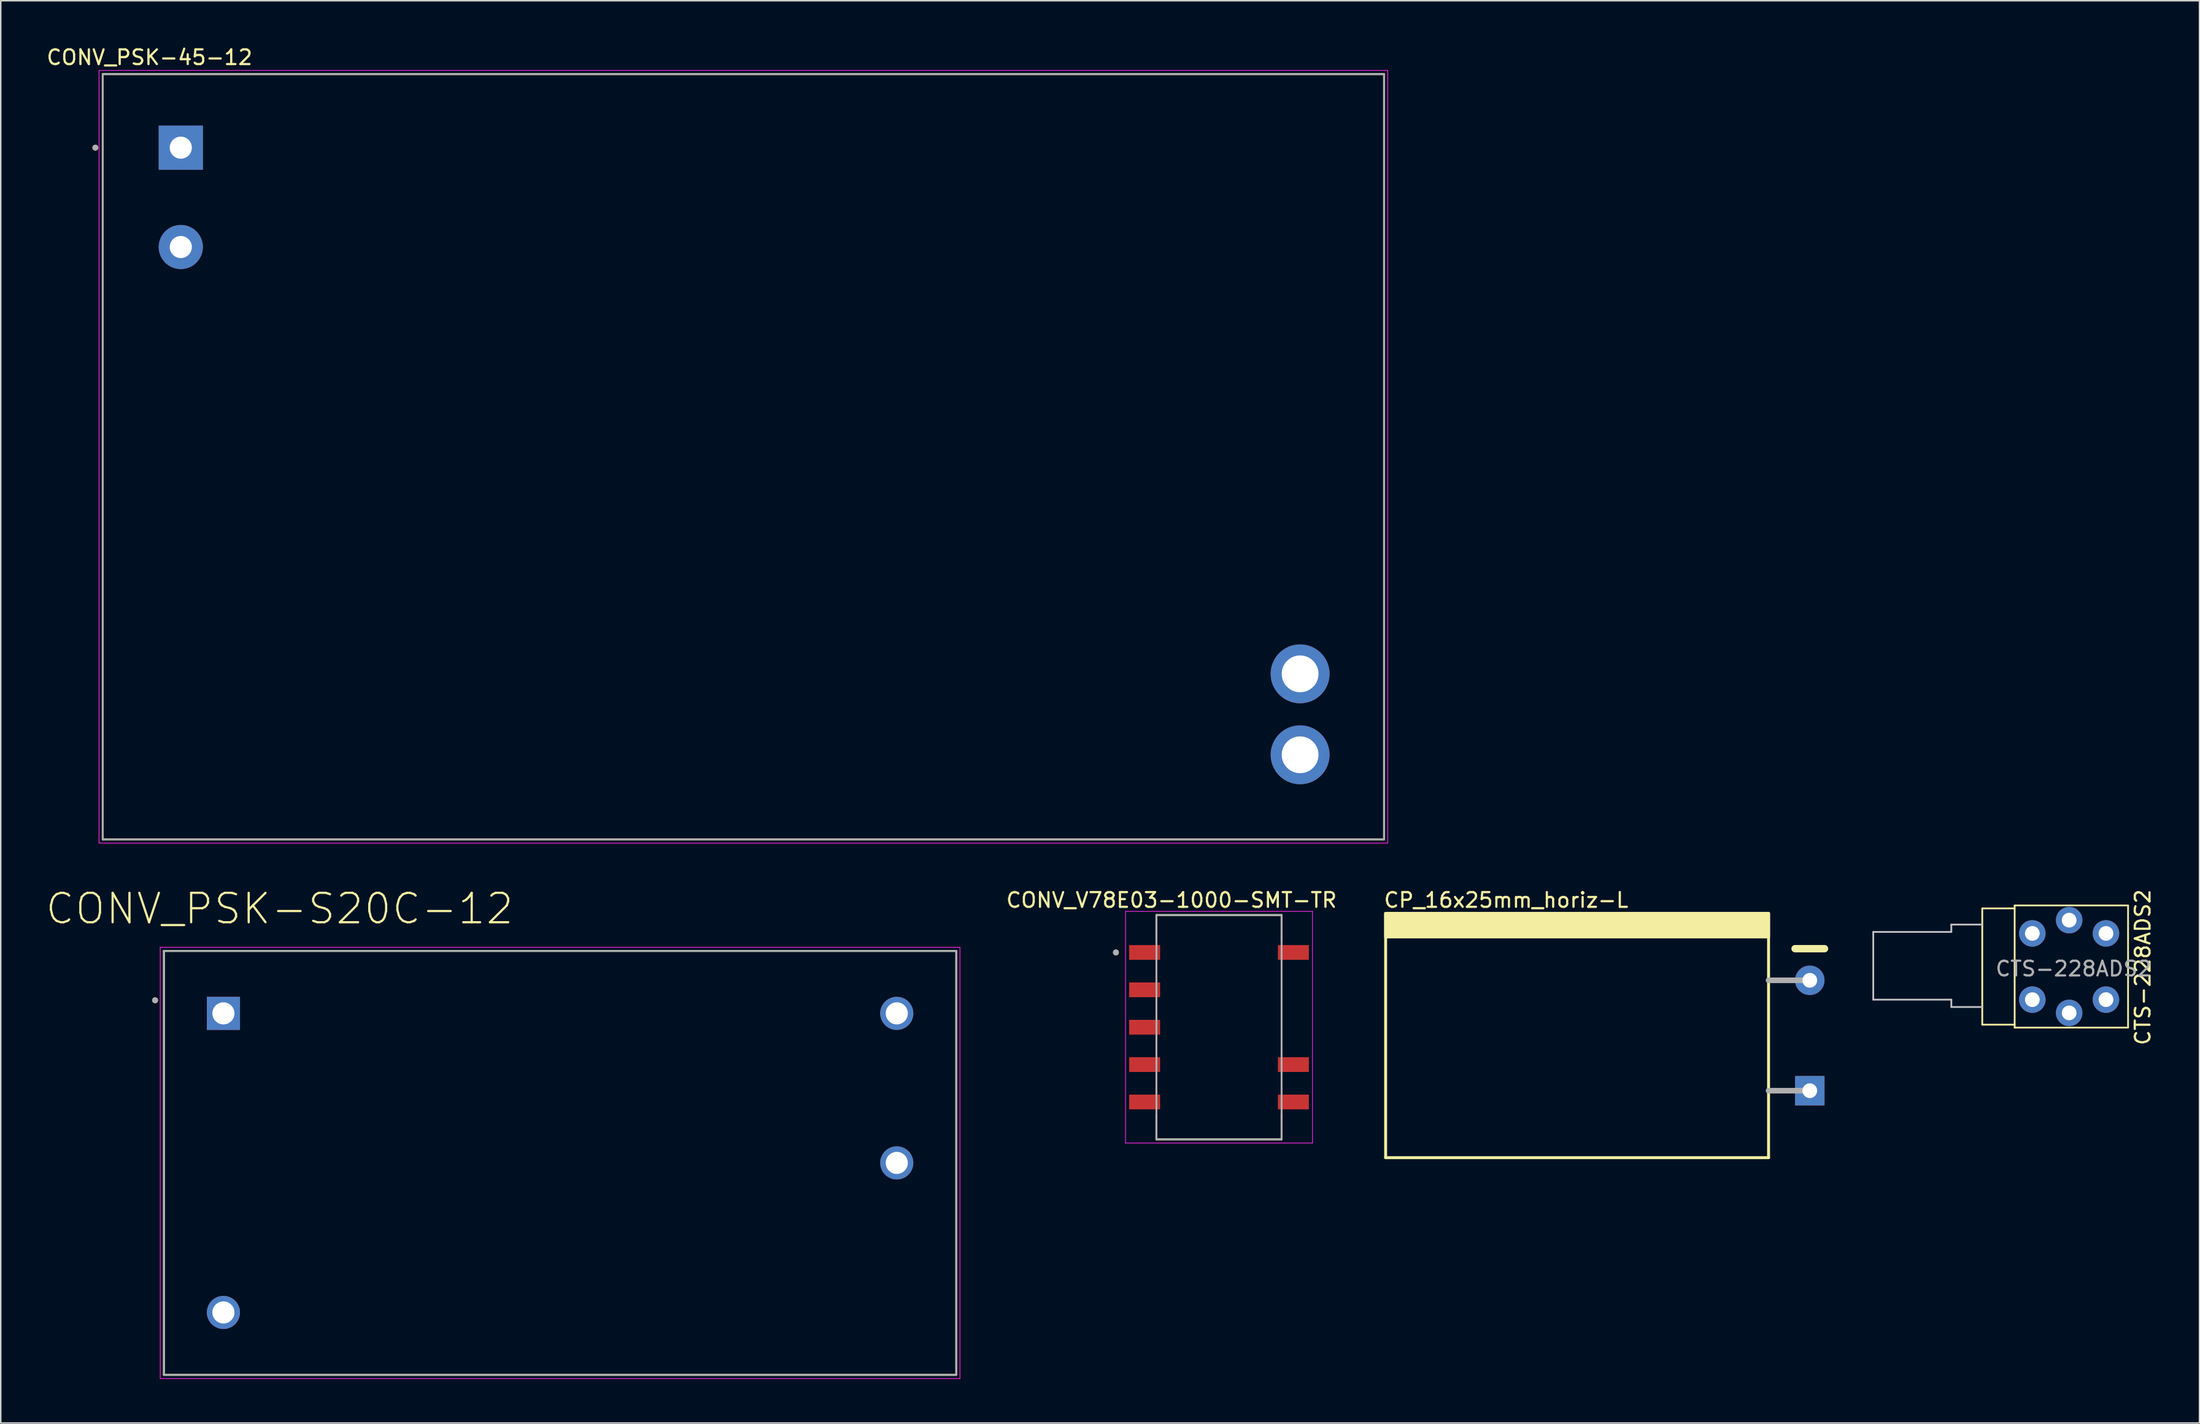
<source format=kicad_pcb>
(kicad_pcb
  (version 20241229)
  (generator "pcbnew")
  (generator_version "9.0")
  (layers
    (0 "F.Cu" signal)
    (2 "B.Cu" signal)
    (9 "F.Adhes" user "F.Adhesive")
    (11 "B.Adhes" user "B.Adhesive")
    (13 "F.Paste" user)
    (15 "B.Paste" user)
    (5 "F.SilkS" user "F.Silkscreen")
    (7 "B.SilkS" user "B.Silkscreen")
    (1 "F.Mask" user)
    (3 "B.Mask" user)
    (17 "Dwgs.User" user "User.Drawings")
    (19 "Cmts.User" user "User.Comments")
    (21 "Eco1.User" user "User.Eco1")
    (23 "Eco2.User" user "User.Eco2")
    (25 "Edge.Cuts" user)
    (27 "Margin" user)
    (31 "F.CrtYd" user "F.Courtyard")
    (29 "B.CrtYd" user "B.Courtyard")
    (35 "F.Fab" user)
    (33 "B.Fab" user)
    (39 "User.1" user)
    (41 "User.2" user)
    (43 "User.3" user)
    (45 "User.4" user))
  (footprint "CP_16x25mm_horiz-L"
    (layer "F.Cu")
    (at 119.833 67.306)
    (property "Reference" "CP_16x25mm_horiz-L" (at -29 -9.2 0) (layer "F.SilkS") (effects (font (size 1 1) (thickness 0.15)) (justify left)))
    (attr through_hole)
    (fp_line (start -28.8 8.3) (end -28.8 -8.3) (stroke (width 0.2) (type solid)) (layer "F.SilkS"))
    (fp_line (start -2.8 -8.3) (end -2.8 8.3) (stroke (width 0.2) (type solid)) (layer "F.SilkS"))
    (fp_line (start -2.8 8.3) (end -28.8 8.3) (stroke (width 0.2) (type solid)) (layer "F.SilkS"))
    (fp_line (start -1 -5.9) (end 1 -5.9) (stroke (width 0.5) (type solid)) (layer "F.SilkS"))
    (fp_poly (pts (xy -2.8 -6.7) (xy -28.8 -6.7) (xy -28.8 -8.3) (xy -2.8 -8.3)) (stroke (width 0.2) (type solid)) (fill yes) (layer "F.SilkS"))
    (fp_line (start -2.8 -3.75) (end 0 -3.75) (stroke (width 0.381) (type solid)) (layer "F.Fab"))
    (fp_line (start -2.8 3.75) (end 0 3.75) (stroke (width 0.381) (type solid)) (layer "F.Fab"))
    (pad "1" thru_hole rect (at 0 3.75) (size 2 2) (drill 1) (layers "*.Cu" "*.Mask"))
    (pad "2" thru_hole circle (at 0 -3.75) (size 2 2) (drill 1) (layers "*.Cu" "*.Mask")))
  (footprint "CTS-228ADS2"
    (layer "F.Cu")
    (at 134.943 60.369)
    (property "Reference" "CTS-228ADS2" (at 7.5 2.3 90) (unlocked yes) (layer "F.SilkS") (effects (font (size 1 1) (thickness 0.15))))
    (attr through_hole)
    (fp_line (start -3.4 -1.7) (end -3.4 6.2) (stroke (width 0.12) (type solid)) (layer "F.SilkS"))
    (fp_line (start -1.2 -1.9) (end 6.5 -1.9) (stroke (width 0.12) (type solid)) (layer "F.SilkS"))
    (fp_line (start -1.2 -1.7) (end -3.4 -1.7) (stroke (width 0.12) (type solid)) (layer "F.SilkS"))
    (fp_line (start -1.2 6.2) (end -3.4 6.2) (stroke (width 0.12) (type solid)) (layer "F.SilkS"))
    (fp_line (start -1.2 6.4) (end -1.2 -1.9) (stroke (width 0.12) (type solid)) (layer "F.SilkS"))
    (fp_line (start -1.2 6.4) (end 6.5 6.4) (stroke (width 0.12) (type solid)) (layer "F.SilkS"))
    (fp_line (start 6.5 6.4) (end 6.5 -1.9) (stroke (width 0.12) (type solid)) (layer "F.SilkS"))
    (fp_line (start -10.8 -0.1) (end -10.8 4.5) (stroke (width 0.12) (type solid)) (layer "Dwgs.User"))
    (fp_line (start -5.5 -0.6) (end -5.5 -0.1) (stroke (width 0.12) (type solid)) (layer "Dwgs.User"))
    (fp_line (start -5.5 -0.1) (end -10.8 -0.1) (stroke (width 0.12) (type solid)) (layer "Dwgs.User"))
    (fp_line (start -5.5 4.5) (end -10.8 4.5) (stroke (width 0.12) (type solid)) (layer "Dwgs.User"))
    (fp_line (start -5.5 4.5) (end -5.5 5) (stroke (width 0.12) (type solid)) (layer "Dwgs.User"))
    (fp_line (start -3.4 -0.6) (end -5.5 -0.6) (stroke (width 0.12) (type solid)) (layer "Dwgs.User"))
    (fp_line (start -3.4 5) (end -5.5 5) (stroke (width 0.12) (type solid)) (layer "Dwgs.User"))
    (fp_text user "${REFERENCE}" (at 2.8 2.4 0) (unlocked yes) (layer "F.Fab") (effects (font (size 1 1) (thickness 0.15))))
    (pad "1" thru_hole circle (at 5 0) (size 1.8 1.8) (drill 1) (layers "*.Cu" "*.Mask"))
    (pad "2" thru_hole circle (at 0 0) (size 1.8 1.8) (drill 1) (layers "*.Cu" "*.Mask"))
    (pad "3" thru_hole circle (at 5 4.5) (size 1.8 1.8) (drill 1) (layers "*.Cu" "*.Mask"))
    (pad "4" thru_hole circle (at 0 4.5) (size 1.8 1.8) (drill 1) (layers "*.Cu" "*.Mask"))
    (pad "L1" thru_hole circle (at 2.5 5.4) (size 1.8 1.8) (drill 1) (layers "*.Cu" "*.Mask"))
    (pad "L2" thru_hole circle (at 2.5 -0.9) (size 1.8 1.8) (drill 1) (layers "*.Cu" "*.Mask")))
  (footprint "CONV_PSK-S20C-12"
    (layer "F.Cu")
    (at 34.98 75.962)
    (property "Reference" "CONV_PSK-S20C-12" (at -19.05 -17.27 0) (layer "F.SilkS") (effects (font (size 2 2) (thickness 0.15))))
    (attr through_hole)
    (fp_line (start -26.9 -14.4) (end 26.9 -14.4) (stroke (width 0.127) (type solid)) (layer "F.SilkS"))
    (fp_line (start -26.9 14.4) (end -26.9 -14.4) (stroke (width 0.127) (type solid)) (layer "F.SilkS"))
    (fp_line (start 26.9 -14.4) (end 26.9 14.4) (stroke (width 0.127) (type solid)) (layer "F.SilkS"))
    (fp_line (start 26.9 14.4) (end -26.9 14.4) (stroke (width 0.127) (type solid)) (layer "F.SilkS"))
    (fp_circle (center -27.5 -11.05) (end -27.4 -11.05) (stroke (width 0.2) (type solid)) (fill no) (layer "F.SilkS"))
    (fp_line (start -27.15 -14.65) (end 27.15 -14.65) (stroke (width 0.05) (type solid)) (layer "F.CrtYd"))
    (fp_line (start -27.15 14.65) (end -27.15 -14.65) (stroke (width 0.05) (type solid)) (layer "F.CrtYd"))
    (fp_line (start 27.15 -14.65) (end 27.15 14.65) (stroke (width 0.05) (type solid)) (layer "F.CrtYd"))
    (fp_line (start 27.15 14.65) (end -27.15 14.65) (stroke (width 0.05) (type solid)) (layer "F.CrtYd"))
    (fp_line (start -26.9 -14.4) (end 26.9 -14.4) (stroke (width 0.127) (type solid)) (layer "F.Fab"))
    (fp_line (start -26.9 14.4) (end -26.9 -14.4) (stroke (width 0.127) (type solid)) (layer "F.Fab"))
    (fp_line (start 26.9 -14.4) (end 26.9 14.4) (stroke (width 0.127) (type solid)) (layer "F.Fab"))
    (fp_line (start 26.9 14.4) (end -26.9 14.4) (stroke (width 0.127) (type solid)) (layer "F.Fab"))
    (fp_circle (center -27.5 -11.05) (end -27.4 -11.05) (stroke (width 0.2) (type solid)) (fill no) (layer "F.Fab"))
    (pad "1" thru_hole rect (at -22.86 -10.16) (size 2.25 2.25) (drill 1.5) (layers "*.Cu" "*.Mask"))
    (pad "2" thru_hole circle (at -22.86 10.16) (size 2.25 2.25) (drill 1.5) (layers "*.Cu" "*.Mask"))
    (pad "3" thru_hole circle (at 22.86 0) (size 2.25 2.25) (drill 1.5) (layers "*.Cu" "*.Mask"))
    (pad "4" thru_hole circle (at 22.86 -10.16) (size 2.25 2.25) (drill 1.5) (layers "*.Cu" "*.Mask")))
  (footprint "CONV_V78E03-1000-SMT-TR"
    (layer "F.Cu")
    (at 79.719 66.742)
    (property "Reference" "CONV_V78E03-1000-SMT-TR" (at -3.225 -8.635 0) (layer "F.SilkS") (effects (font (size 1 1) (thickness 0.15))))
    (attr smd)
    (fp_line (start -4.25 -7.62) (end 4.25 -7.62) (stroke (width 0.127) (type solid)) (layer "F.SilkS"))
    (fp_line (start -4.25 -5.9) (end -4.25 -7.62) (stroke (width 0.127) (type solid)) (layer "F.SilkS"))
    (fp_line (start -4.25 7.62) (end -4.25 5.9) (stroke (width 0.127) (type solid)) (layer "F.SilkS"))
    (fp_line (start 4.25 -7.62) (end 4.25 -5.9) (stroke (width 0.127) (type solid)) (layer "F.SilkS"))
    (fp_line (start 4.25 5.9) (end 4.25 7.62) (stroke (width 0.127) (type solid)) (layer "F.SilkS"))
    (fp_line (start 4.25 7.62) (end -4.25 7.62) (stroke (width 0.127) (type solid)) (layer "F.SilkS"))
    (fp_circle (center -7 -5.08) (end -6.9 -5.08) (stroke (width 0.2) (type solid)) (fill no) (layer "F.SilkS"))
    (fp_line (start -6.35 -7.87) (end 6.35 -7.87) (stroke (width 0.05) (type solid)) (layer "F.CrtYd"))
    (fp_line (start -6.35 7.87) (end -6.35 -7.87) (stroke (width 0.05) (type solid)) (layer "F.CrtYd"))
    (fp_line (start 6.35 -7.87) (end 6.35 7.87) (stroke (width 0.05) (type solid)) (layer "F.CrtYd"))
    (fp_line (start 6.35 7.87) (end -6.35 7.87) (stroke (width 0.05) (type solid)) (layer "F.CrtYd"))
    (fp_line (start -4.25 -7.62) (end 4.25 -7.62) (stroke (width 0.127) (type solid)) (layer "F.Fab"))
    (fp_line (start -4.25 7.62) (end -4.25 -7.62) (stroke (width 0.127) (type solid)) (layer "F.Fab"))
    (fp_line (start 4.25 -7.62) (end 4.25 7.62) (stroke (width 0.127) (type solid)) (layer "F.Fab"))
    (fp_line (start 4.25 7.62) (end -4.25 7.62) (stroke (width 0.127) (type solid)) (layer "F.Fab"))
    (fp_circle (center -7 -5.08) (end -6.9 -5.08) (stroke (width 0.2) (type solid)) (fill no) (layer "F.Fab"))
    (pad "1" smd rect (at -5.05 -5.08) (size 2.1 1) (layers "F.Cu" "F.Mask" "F.Paste"))
    (pad "2" smd rect (at -5.05 -2.54) (size 2.1 1) (layers "F.Cu" "F.Mask" "F.Paste"))
    (pad "3" smd rect (at -5.05 0) (size 2.1 1) (layers "F.Cu" "F.Mask" "F.Paste"))
    (pad "4" smd rect (at -5.05 2.54) (size 2.1 1) (layers "F.Cu" "F.Mask" "F.Paste"))
    (pad "5" smd rect (at -5.05 5.08) (size 2.1 1) (layers "F.Cu" "F.Mask" "F.Paste"))
    (pad "6" smd rect (at 5.05 5.08 180) (size 2.1 1) (layers "F.Cu" "F.Mask" "F.Paste"))
    (pad "7" smd rect (at 5.05 2.54 180) (size 2.1 1) (layers "F.Cu" "F.Mask" "F.Paste"))
    (pad "10" smd rect (at 5.05 -5.08 180) (size 2.1 1) (layers "F.Cu" "F.Mask" "F.Paste")))
  (footprint "CONV_PSK-45-12"
    (layer "F.Cu")
    (at 47.426 27.983)
    (property "Reference" "CONV_PSK-45-12" (at -40.325 -27.135 0) (layer "F.SilkS") (effects (font (size 1 1) (thickness 0.15))))
    (attr through_hole)
    (fp_line (start -43.5 -26) (end -43.5 26) (stroke (width 0.127) (type solid)) (layer "F.SilkS"))
    (fp_line (start -43.5 26) (end 43.5 26) (stroke (width 0.127) (type solid)) (layer "F.SilkS"))
    (fp_line (start 43.5 -26) (end -43.5 -26) (stroke (width 0.127) (type solid)) (layer "F.SilkS"))
    (fp_line (start 43.5 26) (end 43.5 -26) (stroke (width 0.127) (type solid)) (layer "F.SilkS"))
    (fp_circle (center -44 -21) (end -43.9 -21) (stroke (width 0.2) (type solid)) (fill no) (layer "F.SilkS"))
    (fp_line (start -43.75 -26.25) (end -43.75 26.25) (stroke (width 0.05) (type solid)) (layer "F.CrtYd"))
    (fp_line (start -43.75 26.25) (end 43.75 26.25) (stroke (width 0.05) (type solid)) (layer "F.CrtYd"))
    (fp_line (start 43.75 -26.25) (end -43.75 -26.25) (stroke (width 0.05) (type solid)) (layer "F.CrtYd"))
    (fp_line (start 43.75 26.25) (end 43.75 -26.25) (stroke (width 0.05) (type solid)) (layer "F.CrtYd"))
    (fp_line (start -43.5 -26) (end -43.5 26) (stroke (width 0.127) (type solid)) (layer "F.Fab"))
    (fp_line (start -43.5 26) (end 43.5 26) (stroke (width 0.127) (type solid)) (layer "F.Fab"))
    (fp_line (start 43.5 -26) (end -43.5 -26) (stroke (width 0.127) (type solid)) (layer "F.Fab"))
    (fp_line (start 43.5 26) (end 43.5 -26) (stroke (width 0.127) (type solid)) (layer "F.Fab"))
    (fp_circle (center -44 -21) (end -43.9 -21) (stroke (width 0.2) (type solid)) (fill no) (layer "F.Fab"))
    (pad "1" thru_hole rect (at -38.2 -21) (size 3 3) (drill 1.5) (layers "*.Cu" "*.Mask"))
    (pad "2" thru_hole circle (at -38.2 -14.25) (size 3 3) (drill 1.5) (layers "*.Cu" "*.Mask"))
    (pad "3" thru_hole circle (at 37.8 20.25) (size 4 4) (drill 2.5) (layers "*.Cu" "*.Mask"))
    (pad "4" thru_hole circle (at 37.8 14.75) (size 4 4) (drill 2.5) (layers "*.Cu" "*.Mask")))
  (gr_rect
    (start -3 -3)
    (end 146.292 93.636)
    (stroke (width 0.1) (type default))
    (fill no)
    (layer "Edge.Cuts")))
</source>
